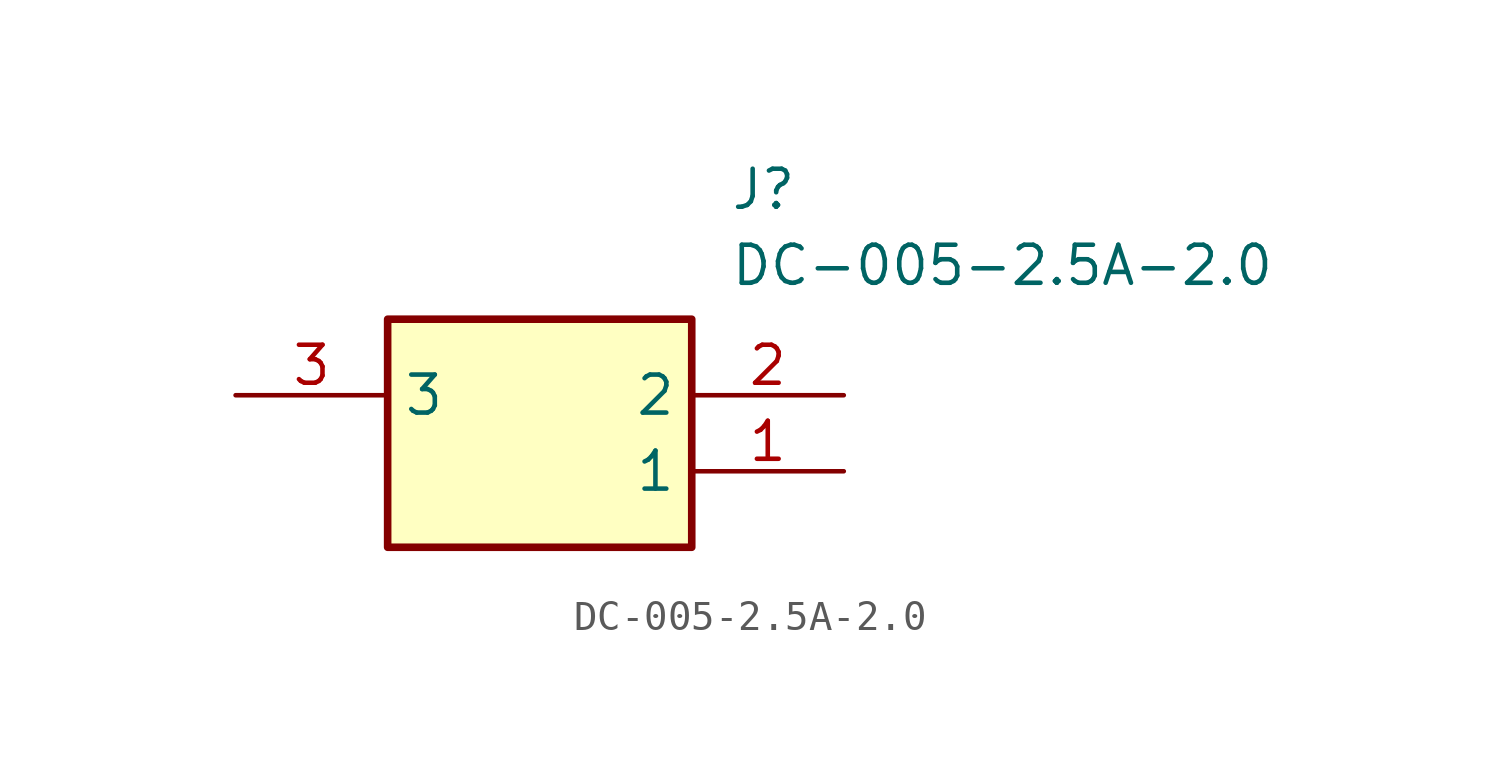
<source format=kicad_sym>
(kicad_symbol_lib
  (version 20211014)
  (generator SamacSys_ECAD_Model)
  (symbol "DC-005-2.5A-2.0"
    (property "Reference" "J"
      (at 16.51 7.62 0)
      (effects (font (size 1.27 1.27)) (justify left top)))
    (property "Value" "DC-005-2.5A-2.0"
      (at 16.51 5.08 0)
      (effects (font (size 1.27 1.27)) (justify left top)))
    (rectangle
      (start 5.08 2.54)
      (end 15.24 -5.08)
      (stroke (width 0.254) (type default))
      (fill (type background)))
    (pin passive line
      (at 20.32 -2.54 180)
      (length 5.08)
      (name "1" (effects (font (size 1.27 1.27))))
      (number "1" (effects (font (size 1.27 1.27)))))
    (pin passive line
      (at 20.32 0 180)
      (length 5.08)
      (name "2" (effects (font (size 1.27 1.27))))
      (number "2" (effects (font (size 1.27 1.27)))))
    (pin passive line
      (at 0 0 0)
      (length 5.08)
      (name "3" (effects (font (size 1.27 1.27))))
      (number "3" (effects (font (size 1.27 1.27)))))))
</source>
